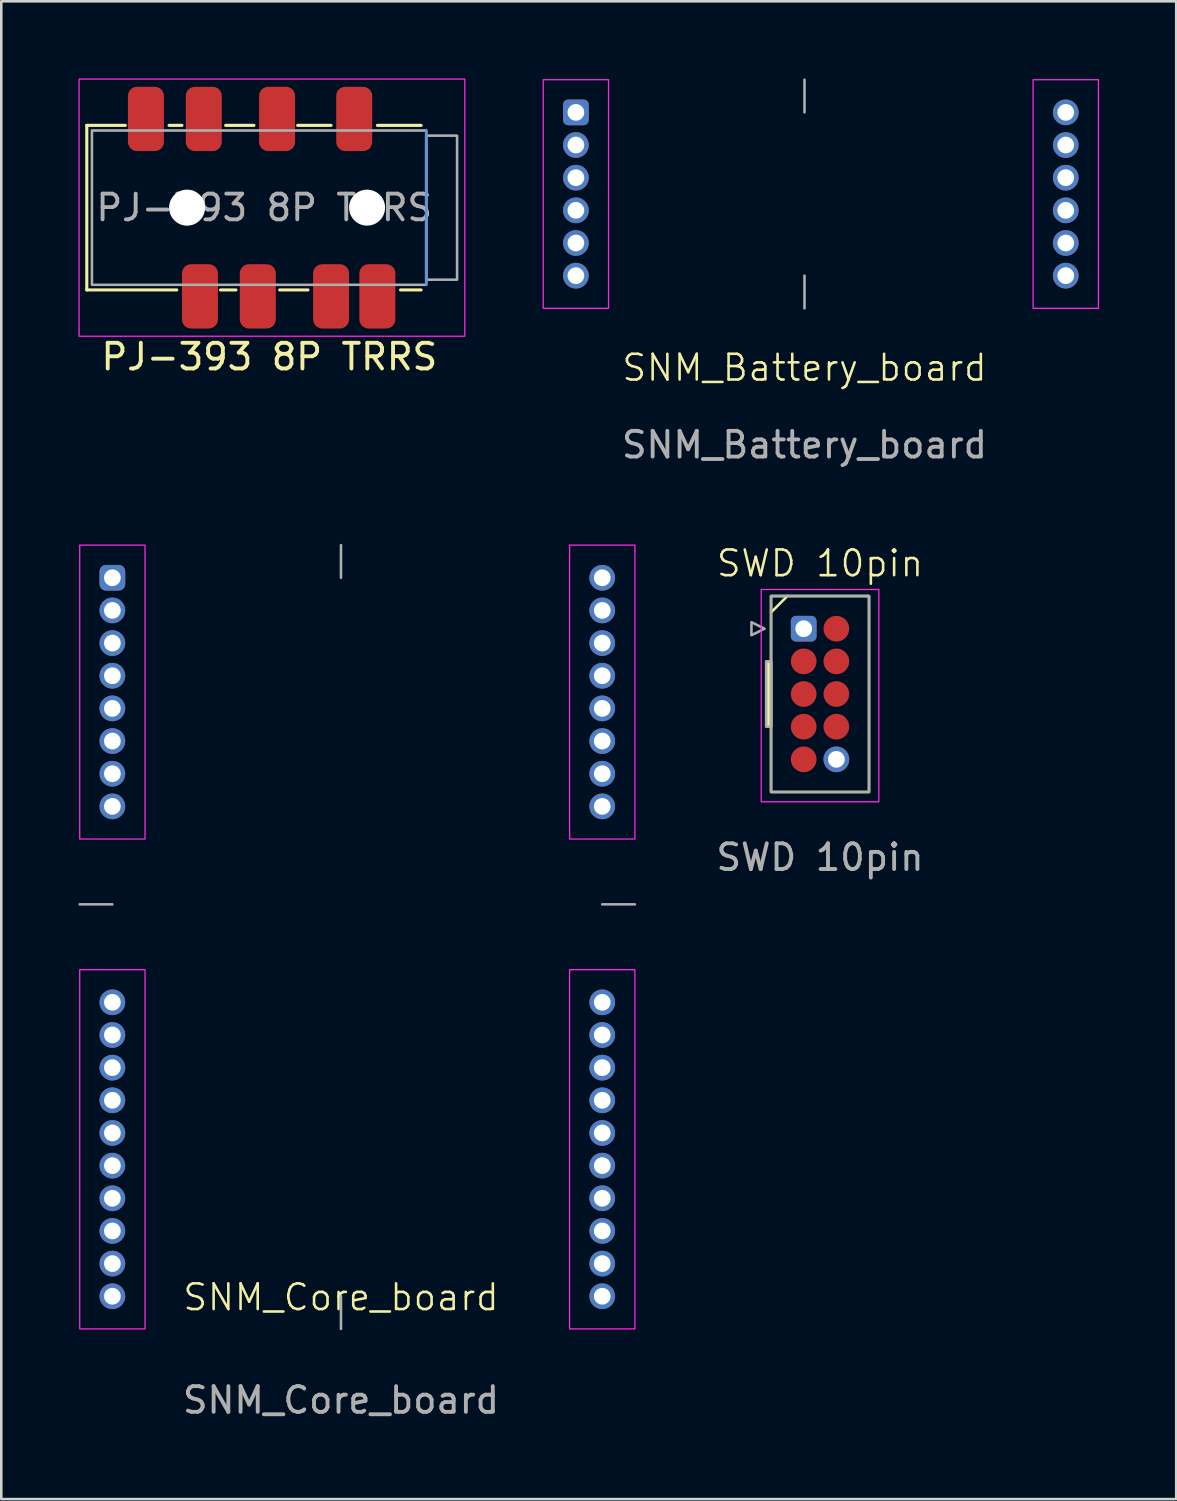
<source format=kicad_pcb>
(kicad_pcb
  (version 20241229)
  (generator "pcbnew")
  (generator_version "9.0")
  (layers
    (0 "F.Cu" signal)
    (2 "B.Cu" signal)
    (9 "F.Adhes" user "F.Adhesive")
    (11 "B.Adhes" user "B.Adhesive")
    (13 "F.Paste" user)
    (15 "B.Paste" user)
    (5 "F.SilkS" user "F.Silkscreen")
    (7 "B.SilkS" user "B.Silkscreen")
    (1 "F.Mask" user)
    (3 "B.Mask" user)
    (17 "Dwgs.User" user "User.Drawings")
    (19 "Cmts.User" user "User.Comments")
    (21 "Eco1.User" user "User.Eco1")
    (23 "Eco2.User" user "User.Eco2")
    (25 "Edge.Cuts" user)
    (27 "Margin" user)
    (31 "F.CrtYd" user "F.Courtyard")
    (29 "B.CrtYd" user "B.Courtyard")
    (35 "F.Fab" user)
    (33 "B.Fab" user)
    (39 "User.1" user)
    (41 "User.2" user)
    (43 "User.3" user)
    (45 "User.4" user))
  (footprint "SNM_Core_board"
    (layer "F.Cu")
    (at 1.32 19.418)
    (property "Reference" "SNM_Core_board" (at 8.89 27.98 0) (unlocked yes) (layer "F.SilkS") (effects (font (size 1 1) (thickness 0.1))))
    (attr through_hole)
    (fp_rect (start -1.27 -1.27) (end 1.27 10.16) (stroke (width 0.05) (type default)) (fill no) (layer "F.CrtYd"))
    (fp_rect (start -1.27 15.24) (end 1.27 29.21) (stroke (width 0.05) (type default)) (fill no) (layer "F.CrtYd"))
    (fp_rect (start 17.78 -1.27) (end 20.32 10.16) (stroke (width 0.05) (type default)) (fill no) (layer "F.CrtYd"))
    (fp_rect (start 17.78 15.24) (end 20.32 29.21) (stroke (width 0.05) (type default)) (fill no) (layer "F.CrtYd"))
    (fp_line (start -1.27 12.7) (end 0 12.7) (stroke (width 0.1) (type default)) (layer "F.Fab"))
    (fp_line (start 8.89 0) (end 8.89 -1.27) (stroke (width 0.1) (type default)) (layer "F.Fab"))
    (fp_line (start 8.89 29.21) (end 8.89 27.94) (stroke (width 0.1) (type default)) (layer "F.Fab"))
    (fp_line (start 19.05 12.7) (end 20.32 12.7) (stroke (width 0.1) (type default)) (layer "F.Fab"))
    (fp_text user "${REFERENCE}" (at 8.89 31.98 0) (unlocked yes) (layer "F.Fab") (effects (font (size 1 1) (thickness 0.15))))
    (pad "1" thru_hole roundrect (at 0 0) (size 1 1) (drill 0.65) (layers "*.Cu" "*.Mask") (roundrect_rratio 0.25))
    (pad "2" thru_hole circle (at 0 1.27) (size 1 1) (drill 0.65) (layers "*.Cu" "*.Mask"))
    (pad "3" thru_hole circle (at 0 2.54) (size 1 1) (drill 0.65) (layers "*.Cu" "*.Mask"))
    (pad "4" thru_hole circle (at 0 3.81) (size 1 1) (drill 0.65) (layers "*.Cu" "*.Mask"))
    (pad "5" thru_hole circle (at 0 5.08) (size 1 1) (drill 0.65) (layers "*.Cu" "*.Mask"))
    (pad "6" thru_hole circle (at 0 6.35) (size 1 1) (drill 0.65) (layers "*.Cu" "*.Mask"))
    (pad "7" thru_hole circle (at 0 7.62) (size 1 1) (drill 0.65) (layers "*.Cu" "*.Mask"))
    (pad "8" thru_hole circle (at 0 8.89) (size 1 1) (drill 0.65) (layers "*.Cu" "*.Mask"))
    (pad "9" thru_hole circle (at 0 16.51) (size 1 1) (drill 0.65) (layers "*.Cu" "*.Mask"))
    (pad "10" thru_hole circle (at 0 17.78) (size 1 1) (drill 0.65) (layers "*.Cu" "*.Mask"))
    (pad "11" thru_hole circle (at 0 19.05) (size 1 1) (drill 0.65) (layers "*.Cu" "*.Mask"))
    (pad "12" thru_hole circle (at 0 20.32) (size 1 1) (drill 0.65) (layers "*.Cu" "*.Mask"))
    (pad "13" thru_hole circle (at 0 21.59) (size 1 1) (drill 0.65) (layers "*.Cu" "*.Mask"))
    (pad "14" thru_hole circle (at 0 22.86) (size 1 1) (drill 0.65) (layers "*.Cu" "*.Mask"))
    (pad "15" thru_hole circle (at 0 24.13) (size 1 1) (drill 0.65) (layers "*.Cu" "*.Mask"))
    (pad "16" thru_hole circle (at 0 25.4) (size 1 1) (drill 0.65) (layers "*.Cu" "*.Mask"))
    (pad "17" thru_hole circle (at 0 26.67) (size 1 1) (drill 0.65) (layers "*.Cu" "*.Mask"))
    (pad "18" thru_hole circle (at 0 27.94) (size 1 1) (drill 0.65) (layers "*.Cu" "*.Mask"))
    (pad "19" thru_hole circle (at 19.05 0) (size 1 1) (drill 0.65) (layers "*.Cu" "*.Mask"))
    (pad "20" thru_hole circle (at 19.05 1.27) (size 1 1) (drill 0.65) (layers "*.Cu" "*.Mask"))
    (pad "21" thru_hole circle (at 19.05 2.54) (size 1 1) (drill 0.65) (layers "*.Cu" "*.Mask"))
    (pad "22" thru_hole circle (at 19.05 3.81) (size 1 1) (drill 0.65) (layers "*.Cu" "*.Mask"))
    (pad "23" thru_hole circle (at 19.05 5.08) (size 1 1) (drill 0.65) (layers "*.Cu" "*.Mask"))
    (pad "24" thru_hole circle (at 19.05 6.35) (size 1 1) (drill 0.65) (layers "*.Cu" "*.Mask"))
    (pad "25" thru_hole circle (at 19.05 7.62) (size 1 1) (drill 0.65) (layers "*.Cu" "*.Mask"))
    (pad "26" thru_hole circle (at 19.05 8.89) (size 1 1) (drill 0.65) (layers "*.Cu" "*.Mask"))
    (pad "27" thru_hole circle (at 19.05 16.51) (size 1 1) (drill 0.65) (layers "*.Cu" "*.Mask"))
    (pad "28" thru_hole circle (at 19.05 17.78) (size 1 1) (drill 0.65) (layers "*.Cu" "*.Mask"))
    (pad "29" thru_hole circle (at 19.05 19.05) (size 1 1) (drill 0.65) (layers "*.Cu" "*.Mask"))
    (pad "30" thru_hole circle (at 19.05 20.32) (size 1 1) (drill 0.65) (layers "*.Cu" "*.Mask"))
    (pad "31" thru_hole circle (at 19.05 21.59) (size 1 1) (drill 0.65) (layers "*.Cu" "*.Mask"))
    (pad "32" thru_hole circle (at 19.05 22.86) (size 1 1) (drill 0.65) (layers "*.Cu" "*.Mask"))
    (pad "33" thru_hole circle (at 19.05 24.13) (size 1 1) (drill 0.65) (layers "*.Cu" "*.Mask"))
    (pad "34" thru_hole circle (at 19.05 25.4) (size 1 1) (drill 0.65) (layers "*.Cu" "*.Mask"))
    (pad "35" thru_hole circle (at 19.05 26.67) (size 1 1) (drill 0.65) (layers "*.Cu" "*.Mask"))
    (pad "36" thru_hole circle (at 19.05 27.94) (size 1 1) (drill 0.65) (layers "*.Cu" "*.Mask")))
  (footprint "SWD 10pin"
    (layer "F.Cu")
    (at 28.839 23.939)
    (property "Reference" "SWD 10pin" (at 0 -5.08 0) (unlocked yes) (layer "F.SilkS") (effects (font (size 1 1) (thickness 0.1))))
    (attr through_hole)
    (fp_line (start -1.27 -3.81) (end -1.905 -3.175) (stroke (width 0.1) (type default)) (layer "F.SilkS"))
    (fp_rect (start -2.057 -1.27) (end -1.905 1.27) (stroke (width 0.1) (type solid)) (fill yes) (layer "F.SilkS"))
    (fp_rect (start -1.905 -3.81) (end 1.905 3.81) (stroke (width 0.1) (type default)) (fill no) (layer "F.SilkS"))
    (fp_rect (start -2.286 -4.064) (end 2.286 4.191) (stroke (width 0.05) (type default)) (fill no) (layer "F.CrtYd"))
    (fp_rect (start -2.095 -1.27) (end -1.905 1.27) (stroke (width 0.1) (type default)) (fill no) (layer "F.Fab"))
    (fp_rect (start -1.905 -3.81) (end 1.905 3.81) (stroke (width 0.1) (type default)) (fill no) (layer "F.Fab"))
    (fp_poly (pts (xy -2.667 -2.794) (xy -2.667 -2.286) (xy -2.159 -2.54)) (stroke (width 0.1) (type solid)) (fill no) (layer "F.Fab"))
    (fp_text user "${REFERENCE}" (at 0 6.35 0) (unlocked yes) (layer "F.Fab") (effects (font (size 1 1) (thickness 0.15))))
    (pad "1" thru_hole roundrect (at -0.635 -2.54) (size 1 1) (drill 0.65) (layers "*.Cu" "*.Mask") (roundrect_rratio 0.2))
    (pad "2" smd circle (at 0.635 -2.54) (size 1 1) (layers "F.Cu" "F.Mask"))
    (pad "3" smd circle (at -0.635 -1.27) (size 1 1) (layers "F.Cu" "F.Mask"))
    (pad "4" smd circle (at 0.635 -1.27) (size 1 1) (layers "F.Cu" "F.Mask"))
    (pad "5" smd circle (at -0.635 0) (size 1 1) (layers "F.Cu" "F.Mask"))
    (pad "6" smd circle (at 0.635 0) (size 1 1) (layers "F.Cu" "F.Mask"))
    (pad "7" smd circle (at -0.635 1.27) (size 1 1) (layers "F.Cu" "F.Mask"))
    (pad "8" smd circle (at 0.635 1.27) (size 1 1) (layers "F.Cu" "F.Mask"))
    (pad "9" smd circle (at -0.635 2.54) (size 1 1) (layers "F.Cu" "F.Mask"))
    (pad "10" thru_hole circle (at 0.635 2.54) (size 1 1) (drill 0.65) (layers "*.Cu" "*.Mask")))
  (footprint "SNM_Battery_board"
    (layer "F.Cu")
    (at 28.235 4.495)
    (property "Reference" "SNM_Battery_board" (at 0 6.755 0) (unlocked yes) (layer "F.SilkS") (effects (font (size 1 1) (thickness 0.1))))
    (attr through_hole)
    (fp_rect (start -10.16 -4.445) (end -7.62 4.445) (stroke (width 0.05) (type default)) (fill no) (layer "F.CrtYd"))
    (fp_rect (start 8.89 -4.445) (end 11.43 4.445) (stroke (width 0.05) (type default)) (fill no) (layer "F.CrtYd"))
    (fp_line (start 0 -3.175) (end 0 -4.445) (stroke (width 0.1) (type default)) (layer "F.Fab"))
    (fp_line (start 0 4.445) (end 0 3.175) (stroke (width 0.1) (type default)) (layer "F.Fab"))
    (fp_text user "${REFERENCE}" (at 0 9.755 0) (unlocked yes) (layer "F.Fab") (effects (font (size 1 1) (thickness 0.15))))
    (pad "1" thru_hole roundrect (at -8.89 -3.175) (size 1 1) (drill 0.65) (layers "*.Cu" "*.Mask") (roundrect_rratio 0.2))
    (pad "2" thru_hole circle (at -8.89 -1.905) (size 1 1) (drill 0.65) (layers "*.Cu" "*.Mask"))
    (pad "3" thru_hole circle (at -8.89 -0.635) (size 1 1) (drill 0.65) (layers "*.Cu" "*.Mask"))
    (pad "4" thru_hole circle (at -8.89 0.635) (size 1 1) (drill 0.65) (layers "*.Cu" "*.Mask"))
    (pad "5" thru_hole circle (at -8.89 1.905) (size 1 1) (drill 0.65) (layers "*.Cu" "*.Mask"))
    (pad "6" thru_hole circle (at -8.89 3.175) (size 1 1) (drill 0.65) (layers "*.Cu" "*.Mask"))
    (pad "7" thru_hole circle (at 10.16 -3.175) (size 1 1) (drill 0.65) (layers "*.Cu" "*.Mask"))
    (pad "8" thru_hole circle (at 10.16 -1.905) (size 1 1) (drill 0.65) (layers "*.Cu" "*.Mask"))
    (pad "9" thru_hole circle (at 10.16 -0.635) (size 1 1) (drill 0.65) (layers "*.Cu" "*.Mask"))
    (pad "10" thru_hole circle (at 10.16 0.635) (size 1 1) (drill 0.65) (layers "*.Cu" "*.Mask"))
    (pad "11" thru_hole circle (at 10.16 1.905) (size 1 1) (drill 0.65) (layers "*.Cu" "*.Mask"))
    (pad "12" thru_hole circle (at 10.16 3.175) (size 1 1) (drill 0.65) (layers "*.Cu" "*.Mask")))
  (footprint "PJ-393 8P TRRS"
    (layer "F.Cu")
    (at 7.925 5.025)
    (property "Reference" "PJ-393 8P TRRS" (at -0.5 5.8 0) (unlocked yes) (layer "F.SilkS") (effects (font (size 1 1) (thickness 0.15))))
    (attr smd)
    (fp_line (start -7.6 -3.2) (end -7.6 3.2) (stroke (width 0.12) (type solid)) (layer "F.SilkS"))
    (fp_line (start -7.6 3.2) (end -4.1 3.2) (stroke (width 0.12) (type solid)) (layer "F.SilkS"))
    (fp_line (start -6.1 -3.2) (end -7.6 -3.2) (stroke (width 0.12) (type solid)) (layer "F.SilkS"))
    (fp_line (start -3.9 -3.2) (end -4.4 -3.2) (stroke (width 0.12) (type solid)) (layer "F.SilkS"))
    (fp_line (start -1.8 3.2) (end -2.4 3.2) (stroke (width 0.12) (type solid)) (layer "F.SilkS"))
    (fp_line (start -1.1 -3.2) (end -2.2 -3.2) (stroke (width 0.12) (type solid)) (layer "F.SilkS"))
    (fp_line (start 1 3.2) (end -0.1 3.2) (stroke (width 0.12) (type solid)) (layer "F.SilkS"))
    (fp_line (start 1.9 -3.2) (end 0.6 -3.2) (stroke (width 0.12) (type solid)) (layer "F.SilkS"))
    (fp_line (start 3.7 -3.2) (end 5.4 -3.2) (stroke (width 0.12) (type solid)) (layer "F.SilkS"))
    (fp_line (start 4.6 3.2) (end 5.4 3.2) (stroke (width 0.12) (type solid)) (layer "F.SilkS"))
    (fp_line (start 5.6 3) (end 5.6 -3) (stroke (width 0.1) (type solid)) (layer "Cmts.User"))
    (fp_rect (start -7.9 -5) (end 7.1 5) (stroke (width 0.05) (type solid)) (fill no) (layer "F.CrtYd"))
    (fp_rect (start 5.6 -3) (end -7.4 3) (stroke (width 0.1) (type solid)) (fill no) (layer "F.Fab"))
    (fp_rect (start 5.6 -2.8) (end 6.8 2.8) (stroke (width 0.1) (type solid)) (fill no) (layer "F.Fab"))
    (fp_text user "${REFERENCE}" (at -0.7 0 0) (unlocked yes) (layer "F.Fab") (effects (font (size 1 1) (thickness 0.15))))
    (pad "" np_thru_hole circle (at -3.7 0 180) (size 1.4 1.4) (drill 1.4) (layers "*.Cu" "*.Mask"))
    (pad "" np_thru_hole circle (at 3.3 0 180) (size 1.4 1.4) (drill 1.4) (layers "*.Cu" "*.Mask"))
    (pad "R1" smd roundrect (at -3.05 -3.45 180) (size 1.4 2.5) (layers "F.Cu" "F.Mask" "F.Paste") (roundrect_rratio 0.25))
    (pad "R1_{s}" smd roundrect (at -0.95 3.45 180) (size 1.4 2.5) (layers "F.Cu" "F.Mask" "F.Paste") (roundrect_rratio 0.25))
    (pad "R2" smd roundrect (at -0.2 -3.45 180) (size 1.4 2.5) (layers "F.Cu" "F.Mask" "F.Paste") (roundrect_rratio 0.25))
    (pad "R2_{s}" smd roundrect (at 1.9 3.45 180) (size 1.4 2.5) (layers "F.Cu" "F.Mask" "F.Paste") (roundrect_rratio 0.25))
    (pad "S" smd roundrect (at 2.8 -3.45 180) (size 1.4 2.5) (layers "F.Cu" "F.Mask" "F.Paste") (roundrect_rratio 0.25))
    (pad "S_{s}" smd roundrect (at 3.7 3.45 180) (size 1.4 2.5) (layers "F.Cu" "F.Mask" "F.Paste") (roundrect_rratio 0.25))
    (pad "T" smd roundrect (at -3.2 3.45 180) (size 1.4 2.5) (layers "F.Cu" "F.Mask" "F.Paste") (roundrect_rratio 0.25))
    (pad "T_{s}" smd roundrect (at -5.3 -3.45 180) (size 1.4 2.5) (layers "F.Cu" "F.Mask" "F.Paste") (roundrect_rratio 0.25)))
  (gr_rect
    (start -3 -3)
    (end 42.69 55.246)
    (stroke (width 0.1) (type default))
    (fill no)
    (layer "Edge.Cuts")))
</source>
